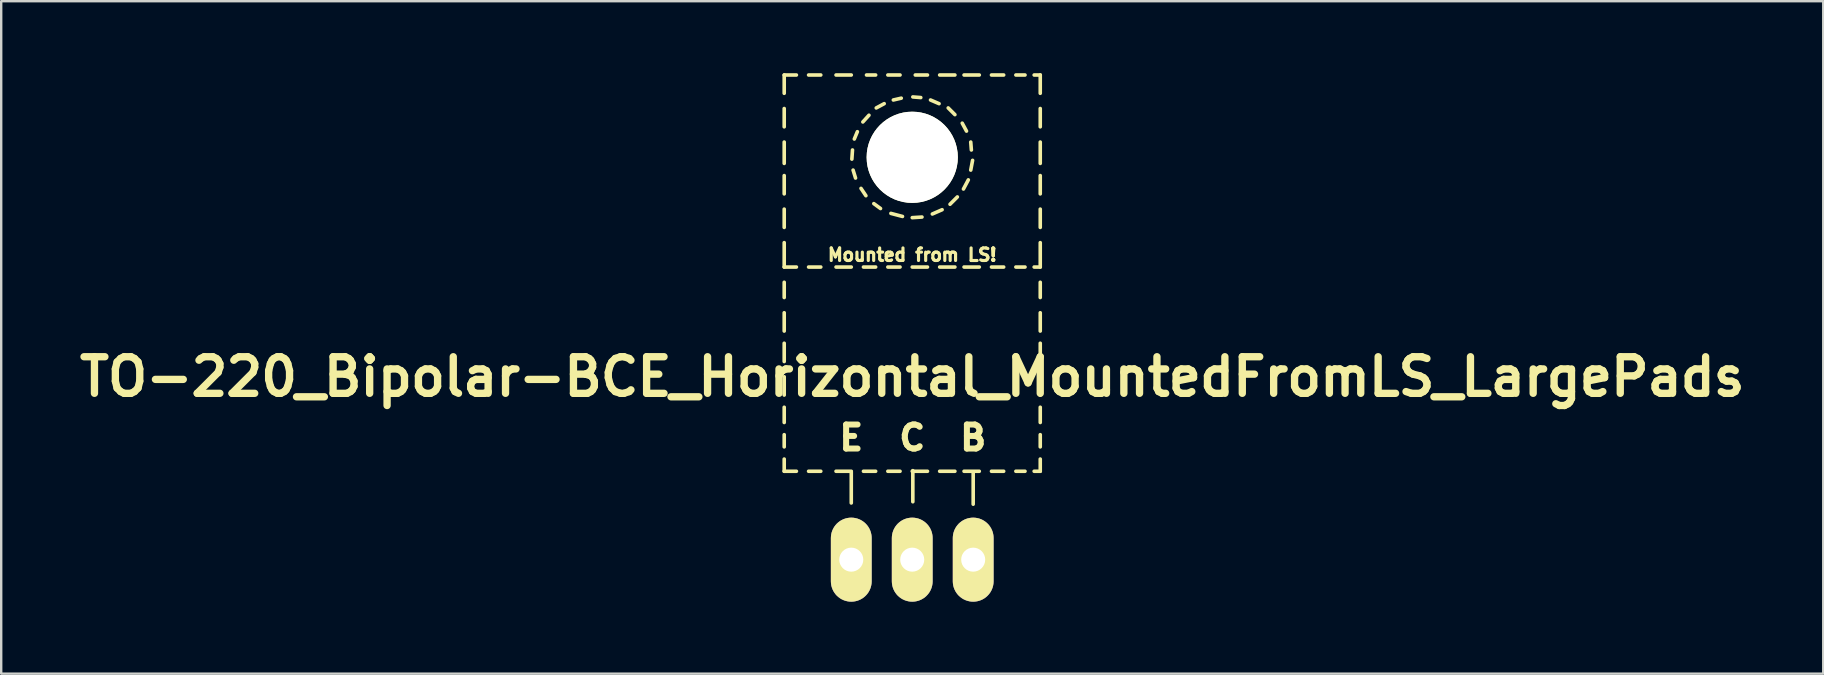
<source format=kicad_pcb>
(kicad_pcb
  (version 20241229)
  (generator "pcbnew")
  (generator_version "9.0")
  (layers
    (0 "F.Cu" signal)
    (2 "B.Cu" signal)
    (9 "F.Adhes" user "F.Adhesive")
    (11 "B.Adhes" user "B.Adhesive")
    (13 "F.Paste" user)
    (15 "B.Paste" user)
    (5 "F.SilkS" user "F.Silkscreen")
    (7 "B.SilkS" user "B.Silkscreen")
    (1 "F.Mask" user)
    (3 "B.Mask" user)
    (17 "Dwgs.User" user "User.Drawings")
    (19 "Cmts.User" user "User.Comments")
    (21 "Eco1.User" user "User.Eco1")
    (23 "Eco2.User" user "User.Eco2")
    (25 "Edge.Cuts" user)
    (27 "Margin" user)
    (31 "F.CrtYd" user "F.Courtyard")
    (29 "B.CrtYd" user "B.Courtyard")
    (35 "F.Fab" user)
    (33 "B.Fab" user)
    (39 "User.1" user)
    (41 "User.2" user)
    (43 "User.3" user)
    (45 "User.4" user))
  (footprint "TO-220_Bipolar-BCE_Horizontal_MountedFromLS_LargePads"
    (layer "F.Cu")
    (at 34.958 20.268)
    (property "Reference" "TO-220_Bipolar-BCE_Horizontal_MountedFromLS_LargePads" (at 0 -7.62 0) (layer "F.SilkS") (effects (font (size 1.524 1.524) (thickness 0.305))))
    (attr through_hole)
    (fp_line (start -5.334 -20.193) (end -5.334 -19.431) (stroke (width 0.15) (type solid)) (layer "F.SilkS"))
    (fp_line (start -5.334 -20.193) (end -4.826 -20.193) (stroke (width 0.15) (type solid)) (layer "F.SilkS"))
    (fp_line (start -5.334 -18.796) (end -5.334 -18.034) (stroke (width 0.15) (type solid)) (layer "F.SilkS"))
    (fp_line (start -5.334 -17.399) (end -5.334 -16.51) (stroke (width 0.15) (type solid)) (layer "F.SilkS"))
    (fp_line (start -5.334 -16.002) (end -5.334 -15.24) (stroke (width 0.15) (type solid)) (layer "F.SilkS"))
    (fp_line (start -5.334 -14.605) (end -5.334 -13.843) (stroke (width 0.15) (type solid)) (layer "F.SilkS"))
    (fp_line (start -5.334 -13.208) (end -5.334 -12.192) (stroke (width 0.15) (type solid)) (layer "F.SilkS"))
    (fp_line (start -5.334 -12.192) (end -4.826 -12.192) (stroke (width 0.15) (type solid)) (layer "F.SilkS"))
    (fp_line (start -5.334 -11.557) (end -5.334 -10.922) (stroke (width 0.15) (type solid)) (layer "F.SilkS"))
    (fp_line (start -5.334 -10.287) (end -5.334 -9.525) (stroke (width 0.15) (type solid)) (layer "F.SilkS"))
    (fp_line (start -5.334 -9.017) (end -5.334 -8.255) (stroke (width 0.15) (type solid)) (layer "F.SilkS"))
    (fp_line (start -5.334 -7.62) (end -5.334 -6.858) (stroke (width 0.15) (type solid)) (layer "F.SilkS"))
    (fp_line (start -5.334 -6.35) (end -5.334 -5.715) (stroke (width 0.15) (type solid)) (layer "F.SilkS"))
    (fp_line (start -5.334 -5.207) (end -5.334 -4.699) (stroke (width 0.15) (type solid)) (layer "F.SilkS"))
    (fp_line (start -5.334 -4.191) (end -5.334 -3.683) (stroke (width 0.15) (type solid)) (layer "F.SilkS"))
    (fp_line (start -5.334 -3.683) (end -4.826 -3.683) (stroke (width 0.15) (type solid)) (layer "F.SilkS"))
    (fp_line (start -4.318 -20.193) (end -3.81 -20.193) (stroke (width 0.15) (type solid)) (layer "F.SilkS"))
    (fp_line (start -4.318 -12.192) (end -3.81 -12.192) (stroke (width 0.15) (type solid)) (layer "F.SilkS"))
    (fp_line (start -4.318 -3.683) (end -3.81 -3.683) (stroke (width 0.15) (type solid)) (layer "F.SilkS"))
    (fp_line (start -3.175 -20.193) (end -2.54 -20.193) (stroke (width 0.15) (type solid)) (layer "F.SilkS"))
    (fp_line (start -3.175 -12.192) (end -2.54 -12.192) (stroke (width 0.15) (type solid)) (layer "F.SilkS"))
    (fp_line (start -3.175 -3.683) (end -2.54 -3.683) (stroke (width 0.15) (type solid)) (layer "F.SilkS"))
    (fp_line (start -2.54 -3.658) (end -2.54 -2.362) (stroke (width 0.15) (type solid)) (layer "F.SilkS"))
    (fp_line (start -2.515 -16.688) (end -2.489 -17.069) (stroke (width 0.15) (type solid)) (layer "F.SilkS"))
    (fp_line (start -2.413 -17.526) (end -2.286 -17.831) (stroke (width 0.15) (type solid)) (layer "F.SilkS"))
    (fp_line (start -2.362 -15.9) (end -2.464 -16.231) (stroke (width 0.15) (type solid)) (layer "F.SilkS"))
    (fp_line (start -2.057 -18.237) (end -1.803 -18.517) (stroke (width 0.15) (type solid)) (layer "F.SilkS"))
    (fp_line (start -2.032 -12.192) (end -1.524 -12.192) (stroke (width 0.15) (type solid)) (layer "F.SilkS"))
    (fp_line (start -2.032 -3.683) (end -1.524 -3.683) (stroke (width 0.15) (type solid)) (layer "F.SilkS"))
    (fp_line (start -1.93 -15.164) (end -2.134 -15.469) (stroke (width 0.15) (type solid)) (layer "F.SilkS"))
    (fp_line (start -1.905 -20.193) (end -1.524 -20.193) (stroke (width 0.15) (type solid)) (layer "F.SilkS"))
    (fp_line (start -1.499 -18.821) (end -1.168 -18.999) (stroke (width 0.15) (type solid)) (layer "F.SilkS"))
    (fp_line (start -1.321 -14.63) (end -1.6 -14.834) (stroke (width 0.15) (type solid)) (layer "F.SilkS"))
    (fp_line (start -1.016 -20.193) (end -0.508 -20.193) (stroke (width 0.15) (type solid)) (layer "F.SilkS"))
    (fp_line (start -1.016 -12.192) (end -0.508 -12.192) (stroke (width 0.15) (type solid)) (layer "F.SilkS"))
    (fp_line (start -1.016 -3.683) (end -0.508 -3.683) (stroke (width 0.15) (type solid)) (layer "F.SilkS"))
    (fp_line (start -0.787 -19.152) (end -0.457 -19.228) (stroke (width 0.15) (type solid)) (layer "F.SilkS"))
    (fp_line (start -0.406 -14.3) (end -0.889 -14.427) (stroke (width 0.15) (type solid)) (layer "F.SilkS"))
    (fp_line (start 0 -12.192) (end 0.635 -12.192) (stroke (width 0.15) (type solid)) (layer "F.SilkS"))
    (fp_line (start 0 -3.683) (end 0.635 -3.683) (stroke (width 0.15) (type solid)) (layer "F.SilkS"))
    (fp_line (start 0.025 -19.279) (end 0.356 -19.253) (stroke (width 0.15) (type solid)) (layer "F.SilkS"))
    (fp_line (start 0.025 -3.708) (end 0.025 -2.413) (stroke (width 0.15) (type solid)) (layer "F.SilkS"))
    (fp_line (start 0.127 -20.193) (end 0.635 -20.193) (stroke (width 0.15) (type solid)) (layer "F.SilkS"))
    (fp_line (start 0.406 -14.275) (end 0 -14.249) (stroke (width 0.15) (type solid)) (layer "F.SilkS"))
    (fp_line (start 0.762 -19.152) (end 1.118 -18.999) (stroke (width 0.15) (type solid)) (layer "F.SilkS"))
    (fp_line (start 1.143 -20.193) (end 1.778 -20.193) (stroke (width 0.15) (type solid)) (layer "F.SilkS"))
    (fp_line (start 1.143 -12.192) (end 1.778 -12.192) (stroke (width 0.15) (type solid)) (layer "F.SilkS"))
    (fp_line (start 1.143 -3.683) (end 1.778 -3.683) (stroke (width 0.15) (type solid)) (layer "F.SilkS"))
    (fp_line (start 1.245 -14.58) (end 0.838 -14.402) (stroke (width 0.15) (type solid)) (layer "F.SilkS"))
    (fp_line (start 1.499 -18.821) (end 1.778 -18.542) (stroke (width 0.15) (type solid)) (layer "F.SilkS"))
    (fp_line (start 1.88 -15.113) (end 1.575 -14.808) (stroke (width 0.15) (type solid)) (layer "F.SilkS"))
    (fp_line (start 2.083 -18.186) (end 2.261 -17.856) (stroke (width 0.15) (type solid)) (layer "F.SilkS"))
    (fp_line (start 2.159 -20.193) (end 2.794 -20.193) (stroke (width 0.15) (type solid)) (layer "F.SilkS"))
    (fp_line (start 2.159 -12.192) (end 2.794 -12.192) (stroke (width 0.15) (type solid)) (layer "F.SilkS"))
    (fp_line (start 2.159 -3.683) (end 2.794 -3.683) (stroke (width 0.15) (type solid)) (layer "F.SilkS"))
    (fp_line (start 2.337 -15.824) (end 2.134 -15.443) (stroke (width 0.15) (type solid)) (layer "F.SilkS"))
    (fp_line (start 2.438 -17.399) (end 2.464 -17.069) (stroke (width 0.15) (type solid)) (layer "F.SilkS"))
    (fp_line (start 2.515 -16.637) (end 2.438 -16.231) (stroke (width 0.15) (type solid)) (layer "F.SilkS"))
    (fp_line (start 2.54 -3.658) (end 2.54 -2.311) (stroke (width 0.15) (type solid)) (layer "F.SilkS"))
    (fp_line (start 3.302 -20.193) (end 3.81 -20.193) (stroke (width 0.15) (type solid)) (layer "F.SilkS"))
    (fp_line (start 3.302 -12.192) (end 3.81 -12.192) (stroke (width 0.15) (type solid)) (layer "F.SilkS"))
    (fp_line (start 3.302 -3.683) (end 3.81 -3.683) (stroke (width 0.15) (type solid)) (layer "F.SilkS"))
    (fp_line (start 4.318 -20.193) (end 4.699 -20.193) (stroke (width 0.15) (type solid)) (layer "F.SilkS"))
    (fp_line (start 4.318 -12.192) (end 4.699 -12.192) (stroke (width 0.15) (type solid)) (layer "F.SilkS"))
    (fp_line (start 4.318 -3.683) (end 4.699 -3.683) (stroke (width 0.15) (type solid)) (layer "F.SilkS"))
    (fp_line (start 5.08 -20.193) (end 5.334 -20.193) (stroke (width 0.15) (type solid)) (layer "F.SilkS"))
    (fp_line (start 5.08 -12.192) (end 5.334 -12.192) (stroke (width 0.15) (type solid)) (layer "F.SilkS"))
    (fp_line (start 5.08 -3.683) (end 5.334 -3.683) (stroke (width 0.15) (type solid)) (layer "F.SilkS"))
    (fp_line (start 5.334 -20.193) (end 5.334 -19.431) (stroke (width 0.15) (type solid)) (layer "F.SilkS"))
    (fp_line (start 5.334 -18.796) (end 5.334 -18.034) (stroke (width 0.15) (type solid)) (layer "F.SilkS"))
    (fp_line (start 5.334 -17.399) (end 5.334 -16.51) (stroke (width 0.15) (type solid)) (layer "F.SilkS"))
    (fp_line (start 5.334 -16.002) (end 5.334 -15.24) (stroke (width 0.15) (type solid)) (layer "F.SilkS"))
    (fp_line (start 5.334 -14.605) (end 5.334 -13.843) (stroke (width 0.15) (type solid)) (layer "F.SilkS"))
    (fp_line (start 5.334 -13.208) (end 5.334 -12.192) (stroke (width 0.15) (type solid)) (layer "F.SilkS"))
    (fp_line (start 5.334 -11.557) (end 5.334 -10.922) (stroke (width 0.15) (type solid)) (layer "F.SilkS"))
    (fp_line (start 5.334 -10.287) (end 5.334 -9.525) (stroke (width 0.15) (type solid)) (layer "F.SilkS"))
    (fp_line (start 5.334 -9.017) (end 5.334 -8.255) (stroke (width 0.15) (type solid)) (layer "F.SilkS"))
    (fp_line (start 5.334 -7.62) (end 5.334 -6.858) (stroke (width 0.15) (type solid)) (layer "F.SilkS"))
    (fp_line (start 5.334 -6.35) (end 5.334 -5.715) (stroke (width 0.15) (type solid)) (layer "F.SilkS"))
    (fp_line (start 5.334 -5.207) (end 5.334 -4.699) (stroke (width 0.15) (type solid)) (layer "F.SilkS"))
    (fp_line (start 5.334 -4.191) (end 5.334 -3.683) (stroke (width 0.15) (type solid)) (layer "F.SilkS"))
    (fp_text user "B" (at 2.54 -5.08 0) (layer "F.SilkS") (effects (font (size 1.001 1.001) (thickness 0.251))))
    (fp_text user "Mounted from LS!" (at 0 -12.7 0) (layer "F.SilkS") (effects (font (size 0.523 0.523) (thickness 0.132))))
    (fp_text user "C" (at 0 -5.08 0) (layer "F.SilkS") (effects (font (size 1.001 1.001) (thickness 0.251))))
    (fp_text user "E" (at -2.54 -5.08 0) (layer "F.SilkS") (effects (font (size 1.001 1.001) (thickness 0.251))))
    (pad "" np_thru_hole circle (at 0 -16.764 90) (size 3.8 3.8) (drill 3.8) (layers "*.Cu" "*.Mask" "F.SilkS"))
    (pad "B" thru_hole oval (at 2.54 0 90) (size 3.5 1.699) (drill 1.001) (layers "*.Cu" "*.Mask" "F.SilkS"))
    (pad "C" thru_hole oval (at 0 0 90) (size 3.5 1.699) (drill 1.001) (layers "*.Cu" "*.Mask" "F.SilkS"))
    (pad "E" thru_hole oval (at -2.54 0 90) (size 3.5 1.699) (drill 1.001) (layers "*.Cu" "*.Mask" "F.SilkS")))
  (gr_rect
    (start -3 -3)
    (end 72.915 25.018)
    (stroke (width 0.1) (type default))
    (fill no)
    (layer "Edge.Cuts")))
</source>
